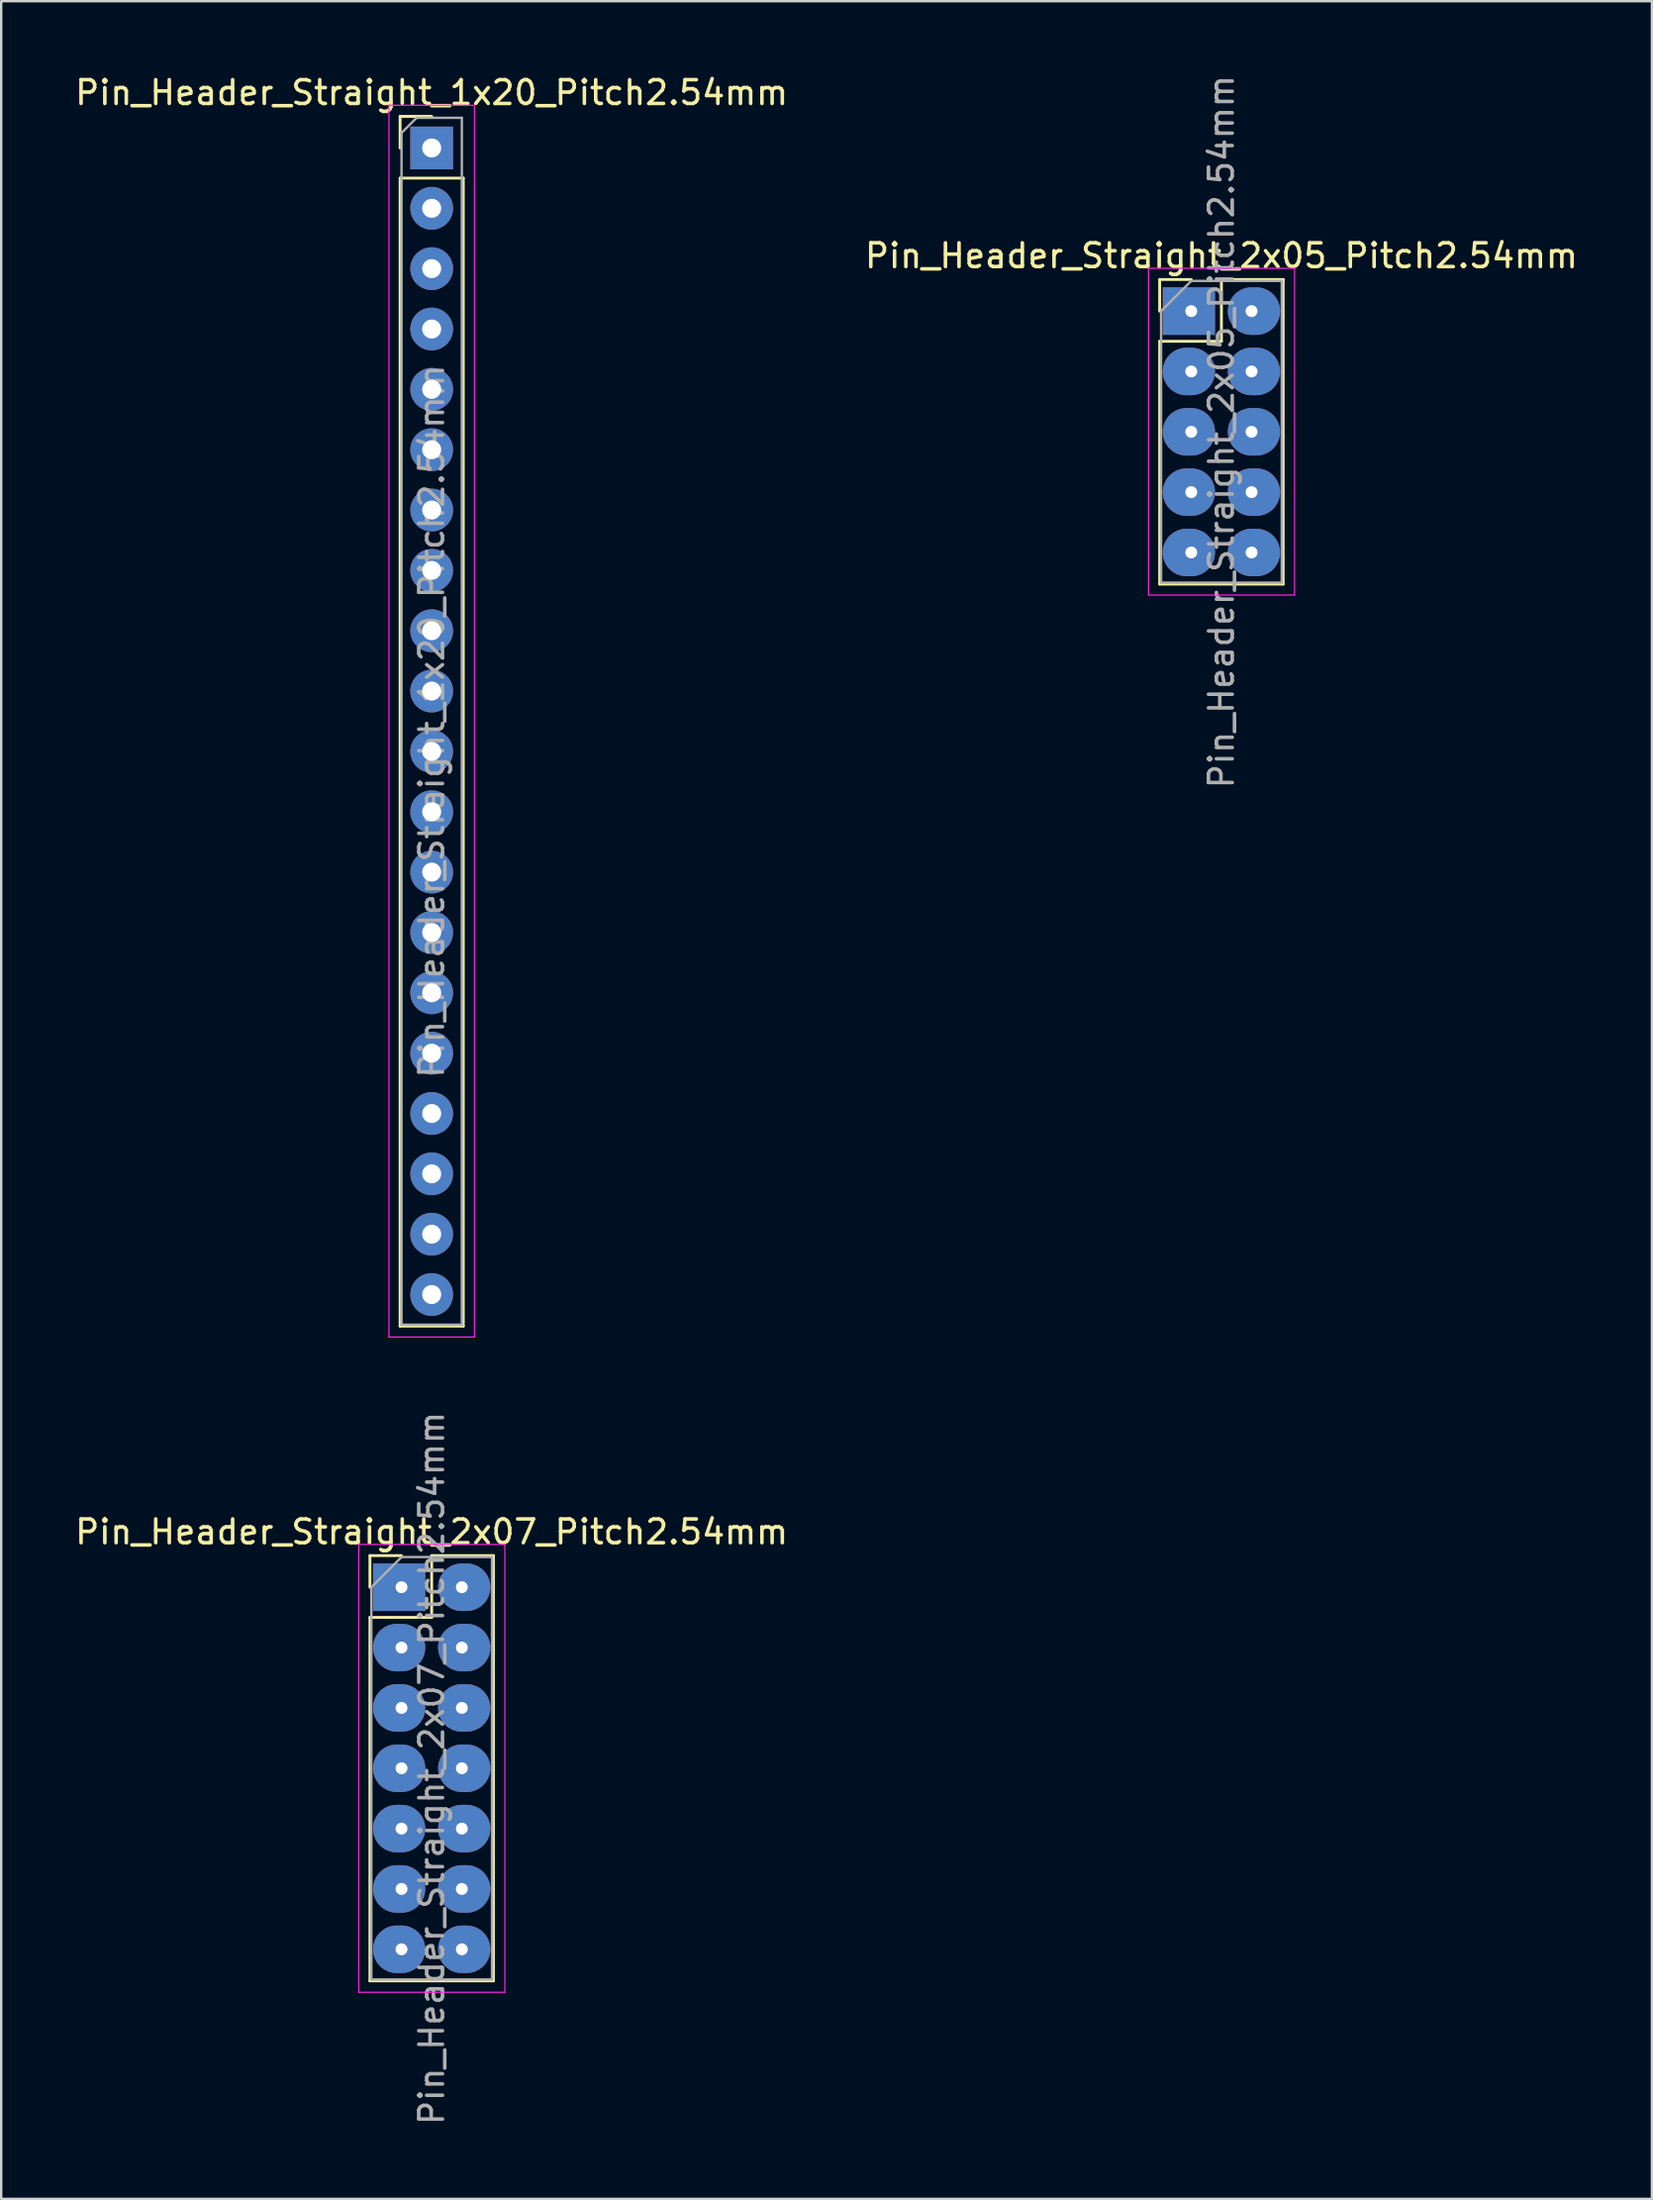
<source format=kicad_pcb>
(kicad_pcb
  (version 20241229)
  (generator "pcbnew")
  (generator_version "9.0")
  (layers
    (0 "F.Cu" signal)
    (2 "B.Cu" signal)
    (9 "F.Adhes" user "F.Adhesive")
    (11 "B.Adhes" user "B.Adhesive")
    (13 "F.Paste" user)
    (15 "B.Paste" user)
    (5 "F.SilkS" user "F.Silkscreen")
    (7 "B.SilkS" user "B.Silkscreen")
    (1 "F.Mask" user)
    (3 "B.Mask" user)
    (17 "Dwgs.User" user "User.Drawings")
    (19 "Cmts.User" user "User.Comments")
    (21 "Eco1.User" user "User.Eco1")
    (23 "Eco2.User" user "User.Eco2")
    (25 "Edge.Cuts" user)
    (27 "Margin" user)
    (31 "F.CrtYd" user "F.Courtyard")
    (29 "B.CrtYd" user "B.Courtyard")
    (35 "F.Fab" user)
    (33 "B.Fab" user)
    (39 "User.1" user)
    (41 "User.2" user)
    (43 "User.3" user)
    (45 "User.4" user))
  (footprint "Pin_Header_Straight_1x20_Pitch2.54mm"
    (layer "F.Cu")
    (at 15.125 3.178)
    (property "Reference" "Pin_Header_Straight_1x20_Pitch2.54mm" (at 0 -2.33 0) (layer "F.SilkS") (effects (font (size 1 1) (thickness 0.15))))
    (attr through_hole)
    (fp_line (start -1.33 -1.33) (end 0 -1.33) (stroke (width 0.12) (type solid)) (layer "F.SilkS"))
    (fp_line (start -1.33 0) (end -1.33 -1.33) (stroke (width 0.12) (type solid)) (layer "F.SilkS"))
    (fp_line (start -1.33 1.27) (end -1.33 49.59) (stroke (width 0.12) (type solid)) (layer "F.SilkS"))
    (fp_line (start -1.33 1.27) (end 1.33 1.27) (stroke (width 0.12) (type solid)) (layer "F.SilkS"))
    (fp_line (start -1.33 49.59) (end 1.33 49.59) (stroke (width 0.12) (type solid)) (layer "F.SilkS"))
    (fp_line (start 1.33 1.27) (end 1.33 49.59) (stroke (width 0.12) (type solid)) (layer "F.SilkS"))
    (fp_line (start -1.8 -1.8) (end -1.8 50.05) (stroke (width 0.05) (type solid)) (layer "F.CrtYd"))
    (fp_line (start -1.8 50.05) (end 1.8 50.05) (stroke (width 0.05) (type solid)) (layer "F.CrtYd"))
    (fp_line (start 1.8 -1.8) (end -1.8 -1.8) (stroke (width 0.05) (type solid)) (layer "F.CrtYd"))
    (fp_line (start 1.8 50.05) (end 1.8 -1.8) (stroke (width 0.05) (type solid)) (layer "F.CrtYd"))
    (fp_line (start -1.27 -0.635) (end -0.635 -1.27) (stroke (width 0.1) (type solid)) (layer "F.Fab"))
    (fp_line (start -1.27 49.53) (end -1.27 -0.635) (stroke (width 0.1) (type solid)) (layer "F.Fab"))
    (fp_line (start -0.635 -1.27) (end 1.27 -1.27) (stroke (width 0.1) (type solid)) (layer "F.Fab"))
    (fp_line (start 1.27 -1.27) (end 1.27 49.53) (stroke (width 0.1) (type solid)) (layer "F.Fab"))
    (fp_line (start 1.27 49.53) (end -1.27 49.53) (stroke (width 0.1) (type solid)) (layer "F.Fab"))
    (fp_text user "${REFERENCE}" (at 0 24.13 90) (layer "F.Fab") (effects (font (size 1 1) (thickness 0.15))))
    (pad "1" thru_hole rect (at 0 0) (size 1.8 1.8) (drill 0.8) (layers "*.Cu" "*.Mask"))
    (pad "2" thru_hole oval (at 0 2.54) (size 1.8 1.8) (drill 0.8) (layers "*.Cu" "*.Mask"))
    (pad "3" thru_hole oval (at 0 5.08) (size 1.8 1.8) (drill 0.8) (layers "*.Cu" "*.Mask"))
    (pad "4" thru_hole oval (at 0 7.62) (size 1.8 1.8) (drill 0.8) (layers "*.Cu" "*.Mask"))
    (pad "5" thru_hole oval (at 0 10.16) (size 1.8 1.8) (drill 0.8) (layers "*.Cu" "*.Mask"))
    (pad "6" thru_hole oval (at 0 12.7) (size 1.8 1.8) (drill 0.8) (layers "*.Cu" "*.Mask"))
    (pad "7" thru_hole oval (at 0 15.24) (size 1.8 1.8) (drill 0.8) (layers "*.Cu" "*.Mask"))
    (pad "8" thru_hole oval (at 0 17.78) (size 1.8 1.8) (drill 0.8) (layers "*.Cu" "*.Mask"))
    (pad "9" thru_hole oval (at 0 20.32) (size 1.8 1.8) (drill 0.8) (layers "*.Cu" "*.Mask"))
    (pad "10" thru_hole oval (at 0 22.86) (size 1.8 1.8) (drill 0.8) (layers "*.Cu" "*.Mask"))
    (pad "11" thru_hole oval (at 0 25.4) (size 1.8 1.8) (drill 0.8) (layers "*.Cu" "*.Mask"))
    (pad "12" thru_hole oval (at 0 27.94) (size 1.8 1.8) (drill 0.8) (layers "*.Cu" "*.Mask"))
    (pad "13" thru_hole oval (at 0 30.48) (size 1.8 1.8) (drill 0.8) (layers "*.Cu" "*.Mask"))
    (pad "14" thru_hole oval (at 0 33.02) (size 1.8 1.8) (drill 0.8) (layers "*.Cu" "*.Mask"))
    (pad "15" thru_hole oval (at 0 35.56) (size 1.8 1.8) (drill 0.8) (layers "*.Cu" "*.Mask"))
    (pad "16" thru_hole oval (at 0 38.1) (size 1.8 1.8) (drill 0.8) (layers "*.Cu" "*.Mask"))
    (pad "17" thru_hole oval (at 0 40.64) (size 1.8 1.8) (drill 0.8) (layers "*.Cu" "*.Mask"))
    (pad "18" thru_hole oval (at 0 43.18) (size 1.8 1.8) (drill 0.8) (layers "*.Cu" "*.Mask"))
    (pad "19" thru_hole oval (at 0 45.72) (size 1.8 1.8) (drill 0.8) (layers "*.Cu" "*.Mask"))
    (pad "20" thru_hole oval (at 0 48.26) (size 1.8 1.8) (drill 0.8) (layers "*.Cu" "*.Mask")))
  (footprint "Pin_Header_Straight_2x07_Pitch2.54mm"
    (layer "F.Cu")
    (at 13.855 63.758)
    (property "Reference" "Pin_Header_Straight_2x07_Pitch2.54mm" (at 1.27 -2.33 0) (layer "F.SilkS") (effects (font (size 1 1) (thickness 0.15))))
    (attr through_hole)
    (fp_line (start -1.33 -1.33) (end 0 -1.33) (stroke (width 0.12) (type solid)) (layer "F.SilkS"))
    (fp_line (start -1.33 0) (end -1.33 -1.33) (stroke (width 0.12) (type solid)) (layer "F.SilkS"))
    (fp_line (start -1.33 1.27) (end -1.33 16.57) (stroke (width 0.12) (type solid)) (layer "F.SilkS"))
    (fp_line (start -1.33 1.27) (end 1.27 1.27) (stroke (width 0.12) (type solid)) (layer "F.SilkS"))
    (fp_line (start -1.33 16.57) (end 3.87 16.57) (stroke (width 0.12) (type solid)) (layer "F.SilkS"))
    (fp_line (start 1.27 -1.33) (end 3.87 -1.33) (stroke (width 0.12) (type solid)) (layer "F.SilkS"))
    (fp_line (start 1.27 1.27) (end 1.27 -1.33) (stroke (width 0.12) (type solid)) (layer "F.SilkS"))
    (fp_line (start 3.87 -1.33) (end 3.87 16.57) (stroke (width 0.12) (type solid)) (layer "F.SilkS"))
    (fp_line (start -1.8 -1.8) (end -1.8 17.05) (stroke (width 0.05) (type solid)) (layer "F.CrtYd"))
    (fp_line (start -1.8 17.05) (end 4.35 17.05) (stroke (width 0.05) (type solid)) (layer "F.CrtYd"))
    (fp_line (start 4.35 -1.8) (end -1.8 -1.8) (stroke (width 0.05) (type solid)) (layer "F.CrtYd"))
    (fp_line (start 4.35 17.05) (end 4.35 -1.8) (stroke (width 0.05) (type solid)) (layer "F.CrtYd"))
    (fp_line (start -1.27 0) (end 0 -1.27) (stroke (width 0.1) (type solid)) (layer "F.Fab"))
    (fp_line (start -1.27 16.51) (end -1.27 0) (stroke (width 0.1) (type solid)) (layer "F.Fab"))
    (fp_line (start 0 -1.27) (end 3.81 -1.27) (stroke (width 0.1) (type solid)) (layer "F.Fab"))
    (fp_line (start 3.81 -1.27) (end 3.81 16.51) (stroke (width 0.1) (type solid)) (layer "F.Fab"))
    (fp_line (start 3.81 16.51) (end -1.27 16.51) (stroke (width 0.1) (type solid)) (layer "F.Fab"))
    (fp_text user "${REFERENCE}" (at 1.27 7.62 90) (layer "F.Fab") (effects (font (size 1 1) (thickness 0.15))))
    (pad "1" thru_hole rect (at 0 0) (size 2.2 2) (drill 0.5 (offset -0.1 0)) (layers "*.Cu" "*.Mask"))
    (pad "2" thru_hole oval (at 2.54 0) (size 2.2 2) (drill 0.5 (offset 0.1 0)) (layers "*.Cu" "*.Mask"))
    (pad "3" thru_hole oval (at 0 2.54) (size 2.2 2) (drill 0.5 (offset -0.1 0)) (layers "*.Cu" "*.Mask"))
    (pad "4" thru_hole oval (at 2.54 2.54) (size 2.2 2) (drill 0.5 (offset 0.1 0)) (layers "*.Cu" "*.Mask"))
    (pad "5" thru_hole oval (at 0 5.08) (size 2.2 2) (drill 0.5 (offset -0.1 0)) (layers "*.Cu" "*.Mask"))
    (pad "6" thru_hole oval (at 2.54 5.08) (size 2.2 2) (drill 0.5 (offset 0.1 0)) (layers "*.Cu" "*.Mask"))
    (pad "7" thru_hole oval (at 0 7.62) (size 2.2 2) (drill 0.5 (offset -0.1 0)) (layers "*.Cu" "*.Mask"))
    (pad "8" thru_hole oval (at 2.54 7.62) (size 2.2 2) (drill 0.5 (offset 0.1 0)) (layers "*.Cu" "*.Mask"))
    (pad "9" thru_hole oval (at 0 10.16) (size 2.2 2) (drill 0.5 (offset -0.1 0)) (layers "*.Cu" "*.Mask"))
    (pad "10" thru_hole oval (at 2.54 10.16) (size 2.2 2) (drill 0.5 (offset 0.1 0)) (layers "*.Cu" "*.Mask"))
    (pad "11" thru_hole oval (at 0 12.7) (size 2.2 2) (drill 0.5 (offset -0.1 0)) (layers "*.Cu" "*.Mask"))
    (pad "12" thru_hole oval (at 2.54 12.7) (size 2.2 2) (drill 0.5 (offset 0.1 0)) (layers "*.Cu" "*.Mask"))
    (pad "13" thru_hole oval (at 0 15.24) (size 2.2 2) (drill 0.5 (offset -0.1 0)) (layers "*.Cu" "*.Mask"))
    (pad "14" thru_hole oval (at 2.54 15.24) (size 2.2 2) (drill 0.5 (offset 0.1 0)) (layers "*.Cu" "*.Mask")))
  (footprint "Pin_Header_Straight_2x05_Pitch2.54mm"
    (placed yes)
    (layer "F.Cu")
    (at 47.105 10.045)
    (property "Reference" "Pin_Header_Straight_2x05_Pitch2.54mm" (at 1.27 -2.33 0) (layer "F.SilkS") (effects (font (size 1 1) (thickness 0.15))))
    (attr through_hole)
    (fp_line (start -1.33 -1.33) (end 0 -1.33) (stroke (width 0.12) (type solid)) (layer "F.SilkS"))
    (fp_line (start -1.33 0) (end -1.33 -1.33) (stroke (width 0.12) (type solid)) (layer "F.SilkS"))
    (fp_line (start -1.33 1.27) (end -1.33 11.49) (stroke (width 0.12) (type solid)) (layer "F.SilkS"))
    (fp_line (start -1.33 1.27) (end 1.27 1.27) (stroke (width 0.12) (type solid)) (layer "F.SilkS"))
    (fp_line (start -1.33 11.49) (end 3.87 11.49) (stroke (width 0.12) (type solid)) (layer "F.SilkS"))
    (fp_line (start 1.27 -1.33) (end 3.87 -1.33) (stroke (width 0.12) (type solid)) (layer "F.SilkS"))
    (fp_line (start 1.27 1.27) (end 1.27 -1.33) (stroke (width 0.12) (type solid)) (layer "F.SilkS"))
    (fp_line (start 3.87 -1.33) (end 3.87 11.49) (stroke (width 0.12) (type solid)) (layer "F.SilkS"))
    (fp_line (start -1.8 -1.8) (end -1.8 11.95) (stroke (width 0.05) (type solid)) (layer "F.CrtYd"))
    (fp_line (start -1.8 11.95) (end 4.35 11.95) (stroke (width 0.05) (type solid)) (layer "F.CrtYd"))
    (fp_line (start 4.35 -1.8) (end -1.8 -1.8) (stroke (width 0.05) (type solid)) (layer "F.CrtYd"))
    (fp_line (start 4.35 11.95) (end 4.35 -1.8) (stroke (width 0.05) (type solid)) (layer "F.CrtYd"))
    (fp_line (start -1.27 0) (end 0 -1.27) (stroke (width 0.1) (type solid)) (layer "F.Fab"))
    (fp_line (start -1.27 11.43) (end -1.27 0) (stroke (width 0.1) (type solid)) (layer "F.Fab"))
    (fp_line (start 0 -1.27) (end 3.81 -1.27) (stroke (width 0.1) (type solid)) (layer "F.Fab"))
    (fp_line (start 3.81 -1.27) (end 3.81 11.43) (stroke (width 0.1) (type solid)) (layer "F.Fab"))
    (fp_line (start 3.81 11.43) (end -1.27 11.43) (stroke (width 0.1) (type solid)) (layer "F.Fab"))
    (fp_text user "${REFERENCE}" (at 1.27 5.08 90) (layer "F.Fab") (effects (font (size 1 1) (thickness 0.15))))
    (pad "1" thru_hole rect (at 0 0) (size 2.2 2) (drill 0.5 (offset -0.1 0)) (layers "*.Cu" "*.Mask"))
    (pad "2" thru_hole oval (at 2.54 0) (size 2.2 2) (drill 0.5 (offset 0.1 0)) (layers "*.Cu" "*.Mask"))
    (pad "3" thru_hole oval (at 0 2.54) (size 2.2 2) (drill 0.5 (offset -0.1 0)) (layers "*.Cu" "*.Mask"))
    (pad "4" thru_hole oval (at 2.54 2.54) (size 2.2 2) (drill 0.5 (offset 0.1 0)) (layers "*.Cu" "*.Mask"))
    (pad "5" thru_hole oval (at 0 5.08) (size 2.2 2) (drill 0.5 (offset -0.1 0)) (layers "*.Cu" "*.Mask"))
    (pad "6" thru_hole oval (at 2.54 5.08) (size 2.2 2) (drill 0.5 (offset 0.1 0)) (layers "*.Cu" "*.Mask"))
    (pad "7" thru_hole oval (at 0 7.62) (size 2.2 2) (drill 0.5 (offset -0.1 0)) (layers "*.Cu" "*.Mask"))
    (pad "8" thru_hole oval (at 2.54 7.62) (size 2.2 2) (drill 0.5 (offset 0.1 0)) (layers "*.Cu" "*.Mask"))
    (pad "9" thru_hole oval (at 0 10.16) (size 2.2 2) (drill 0.5 (offset -0.1 0)) (layers "*.Cu" "*.Mask"))
    (pad "10" thru_hole oval (at 2.54 10.16) (size 2.2 2) (drill 0.5 (offset 0.1 0)) (layers "*.Cu" "*.Mask")))
  (gr_rect
    (start -3 -3)
    (end 66.5 89.503)
    (stroke (width 0.1) (type default))
    (fill no)
    (layer "Edge.Cuts")))
</source>
